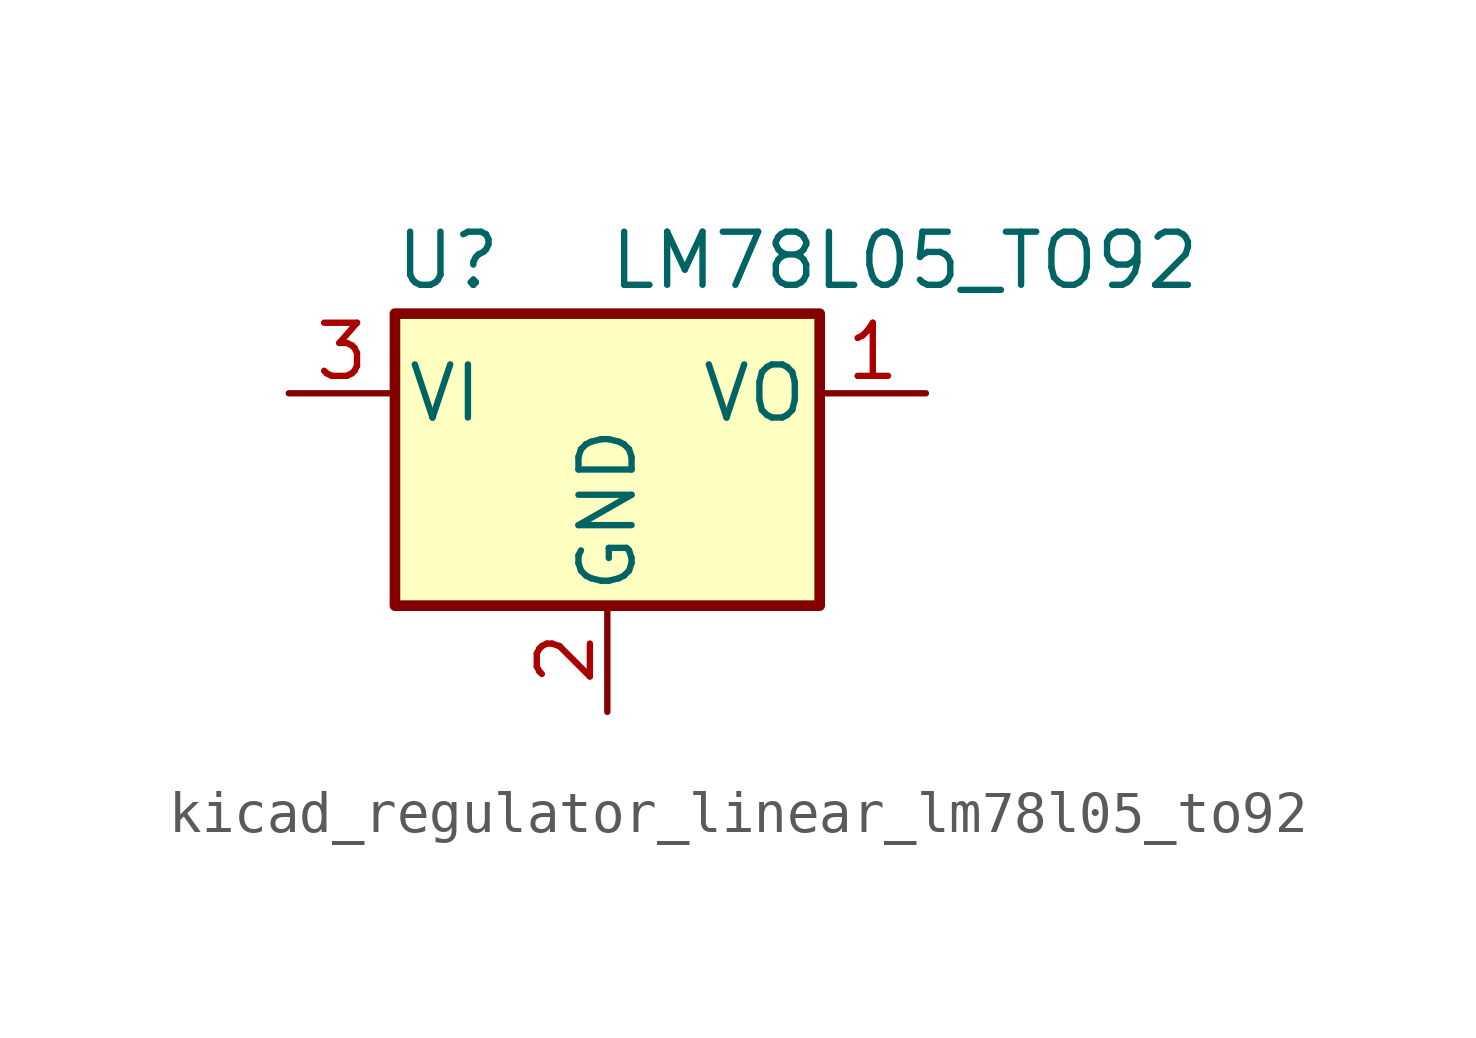
<source format=kicad_sym>
(kicad_symbol_lib
  (version 20220914)
  (generator kicad_symbol_editor)
  (symbol "kicad_regulator_linear_lm78l05_to92"
    (pin_names
      (offset 0.254))
    (property "Reference" "U"
      (at -3.81 3.175 0)
      (effects (font (size 1.27 1.27))))
    (property "Value" "LM78L05_TO92"
      (at 0 3.175 0)
      (effects (font (size 1.27 1.27)) (justify left)))
    (symbol "kicad_regulator_linear_lm78l05_to92_0_1"
      (rectangle (start -5.08 -5.08) (end 5.08 1.905) (stroke (width 0.254) (type default)) (fill (type background))))
    (symbol "kicad_regulator_linear_lm78l05_to92_1_1"
      (pin power_out line (at 7.62 0 180) (length 2.54) (name "VO" (effects (font (size 1.27 1.27)))) (number "1" (effects (font (size 1.27 1.27)))))
      (pin power_in line (at 0 -7.62 90) (length 2.54) (name "GND" (effects (font (size 1.27 1.27)))) (number "2" (effects (font (size 1.27 1.27)))))
      (pin power_in line (at -7.62 0 0) (length 2.54) (name "VI" (effects (font (size 1.27 1.27)))) (number "3" (effects (font (size 1.27 1.27))))))))
</source>
